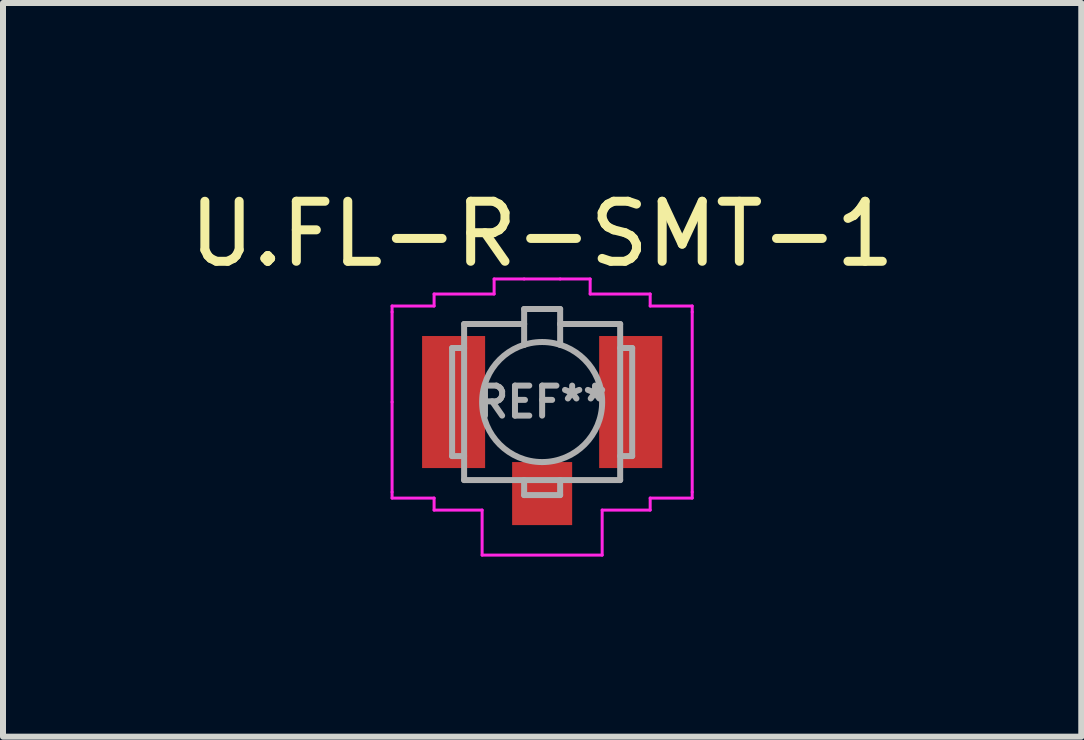
<source format=kicad_pcb>
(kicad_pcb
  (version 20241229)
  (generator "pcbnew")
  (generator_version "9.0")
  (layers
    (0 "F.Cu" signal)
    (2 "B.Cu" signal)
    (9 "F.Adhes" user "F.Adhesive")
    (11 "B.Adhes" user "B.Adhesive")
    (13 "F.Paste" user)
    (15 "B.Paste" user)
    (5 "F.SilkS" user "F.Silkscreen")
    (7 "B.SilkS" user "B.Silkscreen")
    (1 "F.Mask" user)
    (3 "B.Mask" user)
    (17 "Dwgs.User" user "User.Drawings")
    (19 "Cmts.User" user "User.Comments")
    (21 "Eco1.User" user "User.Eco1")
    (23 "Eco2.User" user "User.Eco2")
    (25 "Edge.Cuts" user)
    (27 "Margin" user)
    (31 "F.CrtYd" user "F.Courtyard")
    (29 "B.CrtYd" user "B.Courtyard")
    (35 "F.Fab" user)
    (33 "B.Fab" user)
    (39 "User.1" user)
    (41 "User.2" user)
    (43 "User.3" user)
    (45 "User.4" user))
  (footprint "U.FL-R-SMT-1"
    (layer "F.Cu")
    (at 5.982 3.648)
    (property "Reference" "U.FL-R-SMT-1" (at 0 -2.8 0) (layer "F.SilkS") (effects (font (size 1 1) (thickness 0.15))))
    (attr through_hole)
    (fp_line (start -2.5 -1.6) (end -1.8 -1.6) (stroke (width 0.05) (type solid)) (layer "F.CrtYd"))
    (fp_line (start -2.5 -1.5) (end -2.5 -1.6) (stroke (width 0.05) (type solid)) (layer "F.CrtYd"))
    (fp_line (start -2.5 0) (end -2.5 -1.5) (stroke (width 0.05) (type solid)) (layer "F.CrtYd"))
    (fp_line (start -2.5 0) (end -2.5 1.5) (stroke (width 0.05) (type solid)) (layer "F.CrtYd"))
    (fp_line (start -2.5 1.6) (end -2.5 1.5) (stroke (width 0.05) (type solid)) (layer "F.CrtYd"))
    (fp_line (start -1.8 -1.8) (end -0.8 -1.8) (stroke (width 0.05) (type solid)) (layer "F.CrtYd"))
    (fp_line (start -1.8 -1.6) (end -1.8 -1.8) (stroke (width 0.05) (type solid)) (layer "F.CrtYd"))
    (fp_line (start -1.8 1.6) (end -2.5 1.6) (stroke (width 0.05) (type solid)) (layer "F.CrtYd"))
    (fp_line (start -1.8 1.8) (end -1.8 1.6) (stroke (width 0.05) (type solid)) (layer "F.CrtYd"))
    (fp_line (start -1 1.8) (end -1.8 1.8) (stroke (width 0.05) (type solid)) (layer "F.CrtYd"))
    (fp_line (start -1 2.55) (end -1 1.8) (stroke (width 0.05) (type solid)) (layer "F.CrtYd"))
    (fp_line (start -1 2.55) (end 1 2.55) (stroke (width 0.05) (type solid)) (layer "F.CrtYd"))
    (fp_line (start -0.8 -2.05) (end -0.3 -2.05) (stroke (width 0.05) (type solid)) (layer "F.CrtYd"))
    (fp_line (start -0.8 -1.8) (end -0.8 -2.05) (stroke (width 0.05) (type solid)) (layer "F.CrtYd"))
    (fp_line (start -0.3 -2.05) (end 0.3 -2.05) (stroke (width 0.05) (type solid)) (layer "F.CrtYd"))
    (fp_line (start 0.3 -2.05) (end 0.8 -2.05) (stroke (width 0.05) (type solid)) (layer "F.CrtYd"))
    (fp_line (start 0.8 -2.05) (end 0.8 -1.8) (stroke (width 0.05) (type solid)) (layer "F.CrtYd"))
    (fp_line (start 0.8 -1.8) (end 1.8 -1.8) (stroke (width 0.05) (type solid)) (layer "F.CrtYd"))
    (fp_line (start 1 1.8) (end 1.8 1.8) (stroke (width 0.05) (type solid)) (layer "F.CrtYd"))
    (fp_line (start 1 2.55) (end 1 1.8) (stroke (width 0.05) (type solid)) (layer "F.CrtYd"))
    (fp_line (start 1.8 -1.8) (end 1.8 -1.6) (stroke (width 0.05) (type solid)) (layer "F.CrtYd"))
    (fp_line (start 1.8 -1.6) (end 2.5 -1.6) (stroke (width 0.05) (type solid)) (layer "F.CrtYd"))
    (fp_line (start 1.8 1.6) (end 2.5 1.6) (stroke (width 0.05) (type solid)) (layer "F.CrtYd"))
    (fp_line (start 1.8 1.8) (end 1.8 1.6) (stroke (width 0.05) (type solid)) (layer "F.CrtYd"))
    (fp_line (start 2.5 -1.6) (end 2.5 -1.5) (stroke (width 0.05) (type solid)) (layer "F.CrtYd"))
    (fp_line (start 2.5 -1.5) (end 2.5 1.5) (stroke (width 0.05) (type solid)) (layer "F.CrtYd"))
    (fp_line (start 2.5 1.6) (end 2.5 1.5) (stroke (width 0.05) (type solid)) (layer "F.CrtYd"))
    (fp_line (start -1.5 -0.9) (end -1.5 0.9) (stroke (width 0.1) (type solid)) (layer "F.Fab"))
    (fp_line (start -1.5 0.9) (end -1.3 0.9) (stroke (width 0.1) (type solid)) (layer "F.Fab"))
    (fp_line (start -1.3 -1.3) (end -1.3 1.3) (stroke (width 0.1) (type solid)) (layer "F.Fab"))
    (fp_line (start -1.3 -1.3) (end -0.3 -1.3) (stroke (width 0.1) (type solid)) (layer "F.Fab"))
    (fp_line (start -1.3 -0.9) (end -1.5 -0.9) (stroke (width 0.1) (type solid)) (layer "F.Fab"))
    (fp_line (start -1.3 1.3) (end 1.3 1.3) (stroke (width 0.1) (type solid)) (layer "F.Fab"))
    (fp_line (start -0.3 -1.55) (end 0.3 -1.55) (stroke (width 0.1) (type solid)) (layer "F.Fab"))
    (fp_line (start -0.3 -1.3) (end -0.3 -1.55) (stroke (width 0.1) (type solid)) (layer "F.Fab"))
    (fp_line (start -0.3 -0.95) (end -0.3 -1.3) (stroke (width 0.1) (type solid)) (layer "F.Fab"))
    (fp_line (start -0.3 1.3) (end -0.3 1.55) (stroke (width 0.1) (type solid)) (layer "F.Fab"))
    (fp_line (start -0.3 1.55) (end 0.3 1.55) (stroke (width 0.1) (type solid)) (layer "F.Fab"))
    (fp_line (start 0.3 -1.55) (end 0.3 -1.3) (stroke (width 0.1) (type solid)) (layer "F.Fab"))
    (fp_line (start 0.3 -1.3) (end 0.3 -0.95) (stroke (width 0.1) (type solid)) (layer "F.Fab"))
    (fp_line (start 0.3 -1.3) (end 1.3 -1.3) (stroke (width 0.1) (type solid)) (layer "F.Fab"))
    (fp_line (start 0.3 1.55) (end 0.3 1.3) (stroke (width 0.1) (type solid)) (layer "F.Fab"))
    (fp_line (start 1.3 -0.9) (end 1.5 -0.9) (stroke (width 0.1) (type solid)) (layer "F.Fab"))
    (fp_line (start 1.3 1.3) (end 1.3 -1.3) (stroke (width 0.1) (type solid)) (layer "F.Fab"))
    (fp_line (start 1.5 -0.9) (end 1.5 0.9) (stroke (width 0.1) (type solid)) (layer "F.Fab"))
    (fp_line (start 1.5 0.9) (end 1.3 0.9) (stroke (width 0.1) (type solid)) (layer "F.Fab"))
    (fp_circle (center 0 0) (end 1 0) (stroke (width 0.1) (type solid)) (fill no) (layer "F.Fab"))
    (fp_text user "REF**" (at 0 0 0) (layer "F.Fab") (effects (font (size 0.5 0.5) (thickness 0.1))))
    (pad "1" smd rect (at 0 1.525) (size 1 1.05) (layers "F.Cu" "F.Mask" "F.Paste"))
    (pad "2" smd rect (at -1.475 0) (size 1.05 2.2) (layers "F.Cu" "F.Mask" "F.Paste"))
    (pad "2" smd rect (at 1.475 0) (size 1.05 2.2) (layers "F.Cu" "F.Mask" "F.Paste")))
  (gr_rect
    (start -3 -3)
    (end 14.964 9.223)
    (stroke (width 0.1) (type default))
    (fill no)
    (layer "Edge.Cuts")))
</source>
